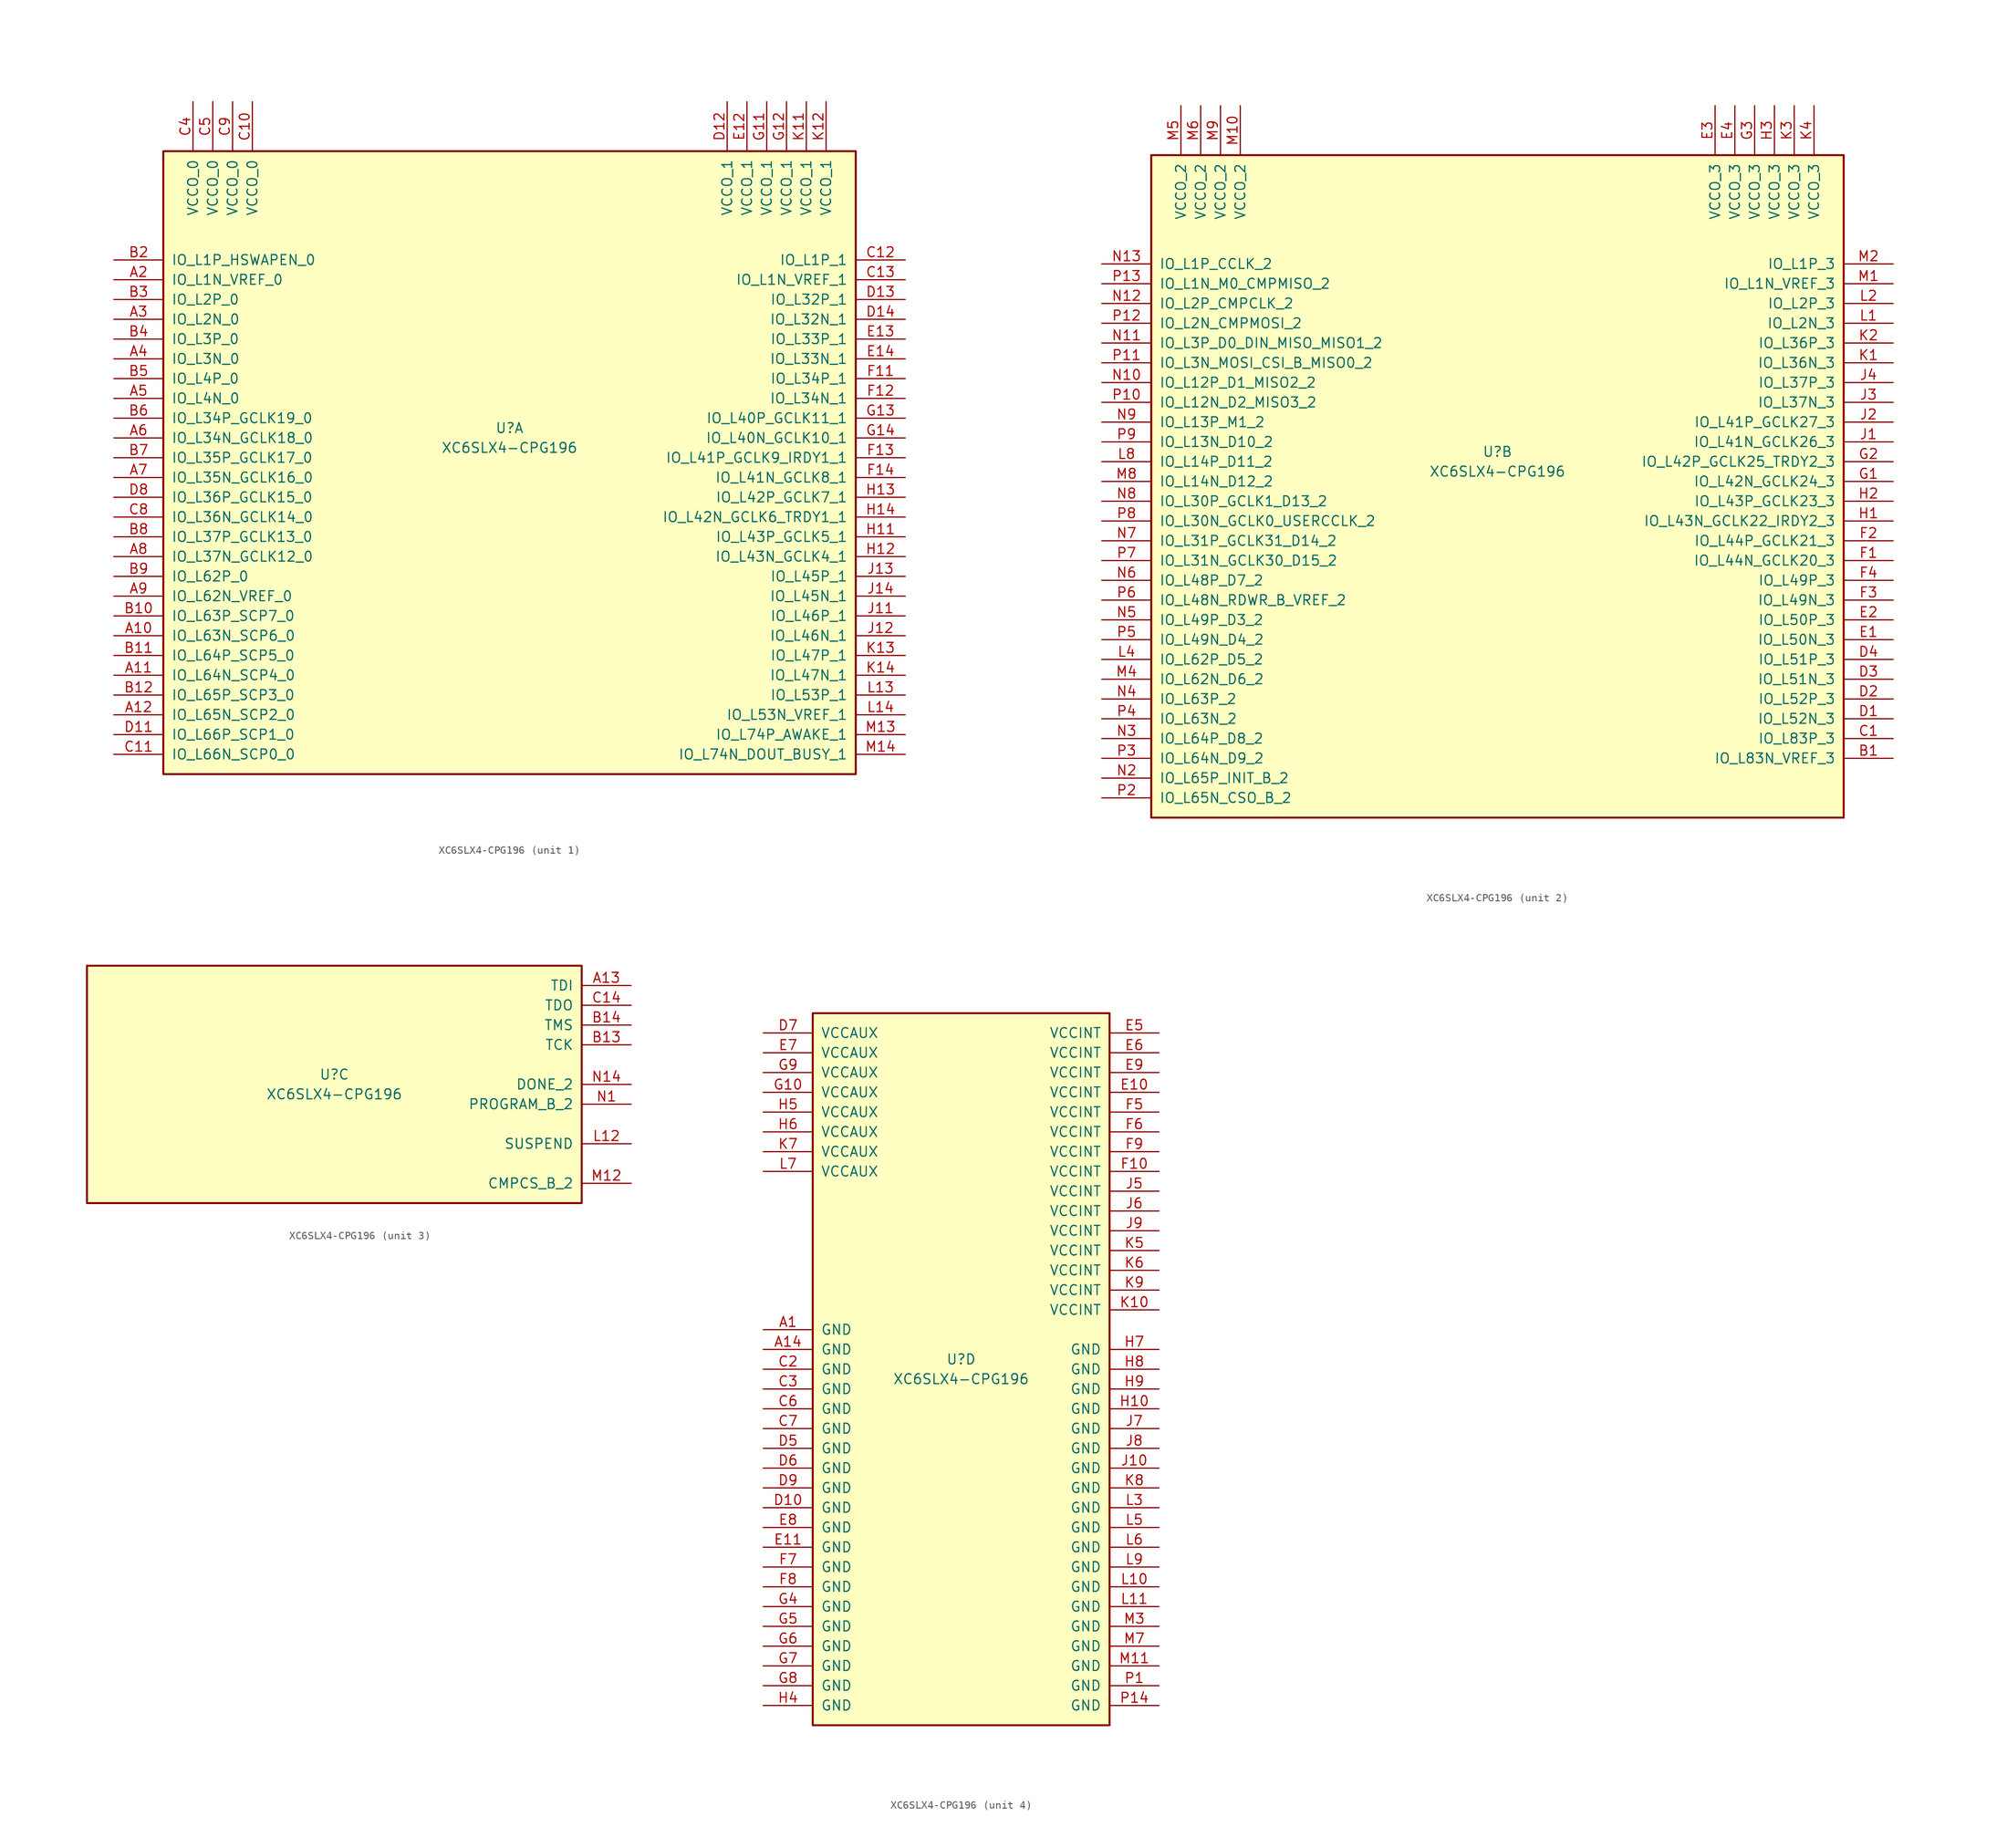
<source format=kicad_sym>
(kicad_symbol_lib
  (version 20201005)
  (generator kicad_symbol_editor)
  (symbol "FPGA_Xilinx_Spartan6:XC6SLX4-CPG196"
    (pin_names
      (offset 1.016))
    (property "Reference" "U"
      (at 0 1.27 0)
      (effects (font (size 1.27 1.27))))
    (property "Value" "XC6SLX4-CPG196"
      (at 0 -1.27 0)
      (effects (font (size 1.27 1.27))))
    (property "Datasheet" ""
      (at 0 0 0)
      (effects (font (size 1.27 1.27))))
    (property "ki_locked" ""
      (at 0 0 0)
      (effects (font (size 1.27 1.27))))
    (symbol "XC6SLX4-CPG196_1_1"
      (rectangle (start -44.45 36.83) (end 44.45 -43.18) (stroke (width 0.254)) (fill (type background)))
      (pin power_in line (at -40.64 43.18 270) (length 6.35) (name "VCCO_0" (effects (font (size 1.27 1.27)))) (number "C4" (effects (font (size 1.27 1.27)))))
      (pin power_in line (at -38.1 43.18 270) (length 6.35) (name "VCCO_0" (effects (font (size 1.27 1.27)))) (number "C5" (effects (font (size 1.27 1.27)))))
      (pin power_in line (at -35.56 43.18 270) (length 6.35) (name "VCCO_0" (effects (font (size 1.27 1.27)))) (number "C9" (effects (font (size 1.27 1.27)))))
      (pin power_in line (at -33.02 43.18 270) (length 6.35) (name "VCCO_0" (effects (font (size 1.27 1.27)))) (number "C10" (effects (font (size 1.27 1.27)))))
      (pin bidirectional line (at -50.8 22.86 0) (length 6.35) (name "IO_L1P_HSWAPEN_0" (effects (font (size 1.27 1.27)))) (number "B2" (effects (font (size 1.27 1.27)))))
      (pin bidirectional line (at -50.8 20.32 0) (length 6.35) (name "IO_L1N_VREF_0" (effects (font (size 1.27 1.27)))) (number "A2" (effects (font (size 1.27 1.27)))))
      (pin bidirectional line (at -50.8 17.78 0) (length 6.35) (name "IO_L2P_0" (effects (font (size 1.27 1.27)))) (number "B3" (effects (font (size 1.27 1.27)))))
      (pin bidirectional line (at -50.8 15.24 0) (length 6.35) (name "IO_L2N_0" (effects (font (size 1.27 1.27)))) (number "A3" (effects (font (size 1.27 1.27)))))
      (pin bidirectional line (at -50.8 12.7 0) (length 6.35) (name "IO_L3P_0" (effects (font (size 1.27 1.27)))) (number "B4" (effects (font (size 1.27 1.27)))))
      (pin bidirectional line (at -50.8 10.16 0) (length 6.35) (name "IO_L3N_0" (effects (font (size 1.27 1.27)))) (number "A4" (effects (font (size 1.27 1.27)))))
      (pin bidirectional line (at -50.8 7.62 0) (length 6.35) (name "IO_L4P_0" (effects (font (size 1.27 1.27)))) (number "B5" (effects (font (size 1.27 1.27)))))
      (pin bidirectional line (at -50.8 5.08 0) (length 6.35) (name "IO_L4N_0" (effects (font (size 1.27 1.27)))) (number "A5" (effects (font (size 1.27 1.27)))))
      (pin bidirectional line (at -50.8 2.54 0) (length 6.35) (name "IO_L34P_GCLK19_0" (effects (font (size 1.27 1.27)))) (number "B6" (effects (font (size 1.27 1.27)))))
      (pin bidirectional line (at -50.8 0 0) (length 6.35) (name "IO_L34N_GCLK18_0" (effects (font (size 1.27 1.27)))) (number "A6" (effects (font (size 1.27 1.27)))))
      (pin bidirectional line (at -50.8 -2.54 0) (length 6.35) (name "IO_L35P_GCLK17_0" (effects (font (size 1.27 1.27)))) (number "B7" (effects (font (size 1.27 1.27)))))
      (pin bidirectional line (at -50.8 -5.08 0) (length 6.35) (name "IO_L35N_GCLK16_0" (effects (font (size 1.27 1.27)))) (number "A7" (effects (font (size 1.27 1.27)))))
      (pin bidirectional line (at -50.8 -7.62 0) (length 6.35) (name "IO_L36P_GCLK15_0" (effects (font (size 1.27 1.27)))) (number "D8" (effects (font (size 1.27 1.27)))))
      (pin bidirectional line (at -50.8 -10.16 0) (length 6.35) (name "IO_L36N_GCLK14_0" (effects (font (size 1.27 1.27)))) (number "C8" (effects (font (size 1.27 1.27)))))
      (pin bidirectional line (at -50.8 -12.7 0) (length 6.35) (name "IO_L37P_GCLK13_0" (effects (font (size 1.27 1.27)))) (number "B8" (effects (font (size 1.27 1.27)))))
      (pin bidirectional line (at -50.8 -15.24 0) (length 6.35) (name "IO_L37N_GCLK12_0" (effects (font (size 1.27 1.27)))) (number "A8" (effects (font (size 1.27 1.27)))))
      (pin bidirectional line (at -50.8 -17.78 0) (length 6.35) (name "IO_L62P_0" (effects (font (size 1.27 1.27)))) (number "B9" (effects (font (size 1.27 1.27)))))
      (pin bidirectional line (at -50.8 -20.32 0) (length 6.35) (name "IO_L62N_VREF_0" (effects (font (size 1.27 1.27)))) (number "A9" (effects (font (size 1.27 1.27)))))
      (pin bidirectional line (at -50.8 -22.86 0) (length 6.35) (name "IO_L63P_SCP7_0" (effects (font (size 1.27 1.27)))) (number "B10" (effects (font (size 1.27 1.27)))))
      (pin bidirectional line (at -50.8 -25.4 0) (length 6.35) (name "IO_L63N_SCP6_0" (effects (font (size 1.27 1.27)))) (number "A10" (effects (font (size 1.27 1.27)))))
      (pin bidirectional line (at -50.8 -27.94 0) (length 6.35) (name "IO_L64P_SCP5_0" (effects (font (size 1.27 1.27)))) (number "B11" (effects (font (size 1.27 1.27)))))
      (pin bidirectional line (at -50.8 -30.48 0) (length 6.35) (name "IO_L64N_SCP4_0" (effects (font (size 1.27 1.27)))) (number "A11" (effects (font (size 1.27 1.27)))))
      (pin bidirectional line (at -50.8 -33.02 0) (length 6.35) (name "IO_L65P_SCP3_0" (effects (font (size 1.27 1.27)))) (number "B12" (effects (font (size 1.27 1.27)))))
      (pin bidirectional line (at -50.8 -35.56 0) (length 6.35) (name "IO_L65N_SCP2_0" (effects (font (size 1.27 1.27)))) (number "A12" (effects (font (size 1.27 1.27)))))
      (pin bidirectional line (at -50.8 -38.1 0) (length 6.35) (name "IO_L66P_SCP1_0" (effects (font (size 1.27 1.27)))) (number "D11" (effects (font (size 1.27 1.27)))))
      (pin bidirectional line (at -50.8 -40.64 0) (length 6.35) (name "IO_L66N_SCP0_0" (effects (font (size 1.27 1.27)))) (number "C11" (effects (font (size 1.27 1.27)))))
      (pin power_in line (at 27.94 43.18 270) (length 6.35) (name "VCCO_1" (effects (font (size 1.27 1.27)))) (number "D12" (effects (font (size 1.27 1.27)))))
      (pin power_in line (at 30.48 43.18 270) (length 6.35) (name "VCCO_1" (effects (font (size 1.27 1.27)))) (number "E12" (effects (font (size 1.27 1.27)))))
      (pin power_in line (at 33.02 43.18 270) (length 6.35) (name "VCCO_1" (effects (font (size 1.27 1.27)))) (number "G11" (effects (font (size 1.27 1.27)))))
      (pin power_in line (at 35.56 43.18 270) (length 6.35) (name "VCCO_1" (effects (font (size 1.27 1.27)))) (number "G12" (effects (font (size 1.27 1.27)))))
      (pin power_in line (at 38.1 43.18 270) (length 6.35) (name "VCCO_1" (effects (font (size 1.27 1.27)))) (number "K11" (effects (font (size 1.27 1.27)))))
      (pin power_in line (at 40.64 43.18 270) (length 6.35) (name "VCCO_1" (effects (font (size 1.27 1.27)))) (number "K12" (effects (font (size 1.27 1.27)))))
      (pin bidirectional line (at 50.8 22.86 180) (length 6.35) (name "IO_L1P_1" (effects (font (size 1.27 1.27)))) (number "C12" (effects (font (size 1.27 1.27)))))
      (pin bidirectional line (at 50.8 20.32 180) (length 6.35) (name "IO_L1N_VREF_1" (effects (font (size 1.27 1.27)))) (number "C13" (effects (font (size 1.27 1.27)))))
      (pin bidirectional line (at 50.8 17.78 180) (length 6.35) (name "IO_L32P_1" (effects (font (size 1.27 1.27)))) (number "D13" (effects (font (size 1.27 1.27)))))
      (pin bidirectional line (at 50.8 15.24 180) (length 6.35) (name "IO_L32N_1" (effects (font (size 1.27 1.27)))) (number "D14" (effects (font (size 1.27 1.27)))))
      (pin bidirectional line (at 50.8 12.7 180) (length 6.35) (name "IO_L33P_1" (effects (font (size 1.27 1.27)))) (number "E13" (effects (font (size 1.27 1.27)))))
      (pin bidirectional line (at 50.8 10.16 180) (length 6.35) (name "IO_L33N_1" (effects (font (size 1.27 1.27)))) (number "E14" (effects (font (size 1.27 1.27)))))
      (pin bidirectional line (at 50.8 7.62 180) (length 6.35) (name "IO_L34P_1" (effects (font (size 1.27 1.27)))) (number "F11" (effects (font (size 1.27 1.27)))))
      (pin bidirectional line (at 50.8 5.08 180) (length 6.35) (name "IO_L34N_1" (effects (font (size 1.27 1.27)))) (number "F12" (effects (font (size 1.27 1.27)))))
      (pin bidirectional line (at 50.8 2.54 180) (length 6.35) (name "IO_L40P_GCLK11_1" (effects (font (size 1.27 1.27)))) (number "G13" (effects (font (size 1.27 1.27)))))
      (pin bidirectional line (at 50.8 0 180) (length 6.35) (name "IO_L40N_GCLK10_1" (effects (font (size 1.27 1.27)))) (number "G14" (effects (font (size 1.27 1.27)))))
      (pin bidirectional line (at 50.8 -2.54 180) (length 6.35) (name "IO_L41P_GCLK9_IRDY1_1" (effects (font (size 1.27 1.27)))) (number "F13" (effects (font (size 1.27 1.27)))))
      (pin bidirectional line (at 50.8 -5.08 180) (length 6.35) (name "IO_L41N_GCLK8_1" (effects (font (size 1.27 1.27)))) (number "F14" (effects (font (size 1.27 1.27)))))
      (pin bidirectional line (at 50.8 -7.62 180) (length 6.35) (name "IO_L42P_GCLK7_1" (effects (font (size 1.27 1.27)))) (number "H13" (effects (font (size 1.27 1.27)))))
      (pin bidirectional line (at 50.8 -10.16 180) (length 6.35) (name "IO_L42N_GCLK6_TRDY1_1" (effects (font (size 1.27 1.27)))) (number "H14" (effects (font (size 1.27 1.27)))))
      (pin bidirectional line (at 50.8 -12.7 180) (length 6.35) (name "IO_L43P_GCLK5_1" (effects (font (size 1.27 1.27)))) (number "H11" (effects (font (size 1.27 1.27)))))
      (pin bidirectional line (at 50.8 -15.24 180) (length 6.35) (name "IO_L43N_GCLK4_1" (effects (font (size 1.27 1.27)))) (number "H12" (effects (font (size 1.27 1.27)))))
      (pin bidirectional line (at 50.8 -17.78 180) (length 6.35) (name "IO_L45P_1" (effects (font (size 1.27 1.27)))) (number "J13" (effects (font (size 1.27 1.27)))))
      (pin bidirectional line (at 50.8 -20.32 180) (length 6.35) (name "IO_L45N_1" (effects (font (size 1.27 1.27)))) (number "J14" (effects (font (size 1.27 1.27)))))
      (pin bidirectional line (at 50.8 -22.86 180) (length 6.35) (name "IO_L46P_1" (effects (font (size 1.27 1.27)))) (number "J11" (effects (font (size 1.27 1.27)))))
      (pin bidirectional line (at 50.8 -25.4 180) (length 6.35) (name "IO_L46N_1" (effects (font (size 1.27 1.27)))) (number "J12" (effects (font (size 1.27 1.27)))))
      (pin bidirectional line (at 50.8 -27.94 180) (length 6.35) (name "IO_L47P_1" (effects (font (size 1.27 1.27)))) (number "K13" (effects (font (size 1.27 1.27)))))
      (pin bidirectional line (at 50.8 -30.48 180) (length 6.35) (name "IO_L47N_1" (effects (font (size 1.27 1.27)))) (number "K14" (effects (font (size 1.27 1.27)))))
      (pin bidirectional line (at 50.8 -33.02 180) (length 6.35) (name "IO_L53P_1" (effects (font (size 1.27 1.27)))) (number "L13" (effects (font (size 1.27 1.27)))))
      (pin bidirectional line (at 50.8 -35.56 180) (length 6.35) (name "IO_L53N_VREF_1" (effects (font (size 1.27 1.27)))) (number "L14" (effects (font (size 1.27 1.27)))))
      (pin bidirectional line (at 50.8 -38.1 180) (length 6.35) (name "IO_L74P_AWAKE_1" (effects (font (size 1.27 1.27)))) (number "M13" (effects (font (size 1.27 1.27)))))
      (pin bidirectional line (at 50.8 -40.64 180) (length 6.35) (name "IO_L74N_DOUT_BUSY_1" (effects (font (size 1.27 1.27)))) (number "M14" (effects (font (size 1.27 1.27))))))
    (symbol "XC6SLX4-CPG196_2_1"
      (rectangle (start -44.45 39.37) (end 44.45 -45.72) (stroke (width 0.254)) (fill (type background)))
      (pin power_in line (at -40.64 45.72 270) (length 6.35) (name "VCCO_2" (effects (font (size 1.27 1.27)))) (number "M5" (effects (font (size 1.27 1.27)))))
      (pin power_in line (at -38.1 45.72 270) (length 6.35) (name "VCCO_2" (effects (font (size 1.27 1.27)))) (number "M6" (effects (font (size 1.27 1.27)))))
      (pin power_in line (at -35.56 45.72 270) (length 6.35) (name "VCCO_2" (effects (font (size 1.27 1.27)))) (number "M9" (effects (font (size 1.27 1.27)))))
      (pin power_in line (at -33.02 45.72 270) (length 6.35) (name "VCCO_2" (effects (font (size 1.27 1.27)))) (number "M10" (effects (font (size 1.27 1.27)))))
      (pin bidirectional line (at -50.8 25.4 0) (length 6.35) (name "IO_L1P_CCLK_2" (effects (font (size 1.27 1.27)))) (number "N13" (effects (font (size 1.27 1.27)))))
      (pin bidirectional line (at -50.8 22.86 0) (length 6.35) (name "IO_L1N_M0_CMPMISO_2" (effects (font (size 1.27 1.27)))) (number "P13" (effects (font (size 1.27 1.27)))))
      (pin bidirectional line (at -50.8 20.32 0) (length 6.35) (name "IO_L2P_CMPCLK_2" (effects (font (size 1.27 1.27)))) (number "N12" (effects (font (size 1.27 1.27)))))
      (pin bidirectional line (at -50.8 17.78 0) (length 6.35) (name "IO_L2N_CMPMOSI_2" (effects (font (size 1.27 1.27)))) (number "P12" (effects (font (size 1.27 1.27)))))
      (pin bidirectional line (at -50.8 15.24 0) (length 6.35) (name "IO_L3P_D0_DIN_MISO_MISO1_2" (effects (font (size 1.27 1.27)))) (number "N11" (effects (font (size 1.27 1.27)))))
      (pin bidirectional line (at -50.8 12.7 0) (length 6.35) (name "IO_L3N_MOSI_CSI_B_MISO0_2" (effects (font (size 1.27 1.27)))) (number "P11" (effects (font (size 1.27 1.27)))))
      (pin bidirectional line (at -50.8 10.16 0) (length 6.35) (name "IO_L12P_D1_MISO2_2" (effects (font (size 1.27 1.27)))) (number "N10" (effects (font (size 1.27 1.27)))))
      (pin bidirectional line (at -50.8 7.62 0) (length 6.35) (name "IO_L12N_D2_MISO3_2" (effects (font (size 1.27 1.27)))) (number "P10" (effects (font (size 1.27 1.27)))))
      (pin bidirectional line (at -50.8 5.08 0) (length 6.35) (name "IO_L13P_M1_2" (effects (font (size 1.27 1.27)))) (number "N9" (effects (font (size 1.27 1.27)))))
      (pin bidirectional line (at -50.8 2.54 0) (length 6.35) (name "IO_L13N_D10_2" (effects (font (size 1.27 1.27)))) (number "P9" (effects (font (size 1.27 1.27)))))
      (pin bidirectional line (at -50.8 0 0) (length 6.35) (name "IO_L14P_D11_2" (effects (font (size 1.27 1.27)))) (number "L8" (effects (font (size 1.27 1.27)))))
      (pin bidirectional line (at -50.8 -2.54 0) (length 6.35) (name "IO_L14N_D12_2" (effects (font (size 1.27 1.27)))) (number "M8" (effects (font (size 1.27 1.27)))))
      (pin bidirectional line (at -50.8 -5.08 0) (length 6.35) (name "IO_L30P_GCLK1_D13_2" (effects (font (size 1.27 1.27)))) (number "N8" (effects (font (size 1.27 1.27)))))
      (pin bidirectional line (at -50.8 -7.62 0) (length 6.35) (name "IO_L30N_GCLK0_USERCCLK_2" (effects (font (size 1.27 1.27)))) (number "P8" (effects (font (size 1.27 1.27)))))
      (pin bidirectional line (at -50.8 -10.16 0) (length 6.35) (name "IO_L31P_GCLK31_D14_2" (effects (font (size 1.27 1.27)))) (number "N7" (effects (font (size 1.27 1.27)))))
      (pin bidirectional line (at -50.8 -12.7 0) (length 6.35) (name "IO_L31N_GCLK30_D15_2" (effects (font (size 1.27 1.27)))) (number "P7" (effects (font (size 1.27 1.27)))))
      (pin bidirectional line (at -50.8 -15.24 0) (length 6.35) (name "IO_L48P_D7_2" (effects (font (size 1.27 1.27)))) (number "N6" (effects (font (size 1.27 1.27)))))
      (pin bidirectional line (at -50.8 -17.78 0) (length 6.35) (name "IO_L48N_RDWR_B_VREF_2" (effects (font (size 1.27 1.27)))) (number "P6" (effects (font (size 1.27 1.27)))))
      (pin bidirectional line (at -50.8 -20.32 0) (length 6.35) (name "IO_L49P_D3_2" (effects (font (size 1.27 1.27)))) (number "N5" (effects (font (size 1.27 1.27)))))
      (pin bidirectional line (at -50.8 -22.86 0) (length 6.35) (name "IO_L49N_D4_2" (effects (font (size 1.27 1.27)))) (number "P5" (effects (font (size 1.27 1.27)))))
      (pin bidirectional line (at -50.8 -25.4 0) (length 6.35) (name "IO_L62P_D5_2" (effects (font (size 1.27 1.27)))) (number "L4" (effects (font (size 1.27 1.27)))))
      (pin bidirectional line (at -50.8 -27.94 0) (length 6.35) (name "IO_L62N_D6_2" (effects (font (size 1.27 1.27)))) (number "M4" (effects (font (size 1.27 1.27)))))
      (pin bidirectional line (at -50.8 -30.48 0) (length 6.35) (name "IO_L63P_2" (effects (font (size 1.27 1.27)))) (number "N4" (effects (font (size 1.27 1.27)))))
      (pin bidirectional line (at -50.8 -33.02 0) (length 6.35) (name "IO_L63N_2" (effects (font (size 1.27 1.27)))) (number "P4" (effects (font (size 1.27 1.27)))))
      (pin bidirectional line (at -50.8 -35.56 0) (length 6.35) (name "IO_L64P_D8_2" (effects (font (size 1.27 1.27)))) (number "N3" (effects (font (size 1.27 1.27)))))
      (pin bidirectional line (at -50.8 -38.1 0) (length 6.35) (name "IO_L64N_D9_2" (effects (font (size 1.27 1.27)))) (number "P3" (effects (font (size 1.27 1.27)))))
      (pin bidirectional line (at -50.8 -40.64 0) (length 6.35) (name "IO_L65P_INIT_B_2" (effects (font (size 1.27 1.27)))) (number "N2" (effects (font (size 1.27 1.27)))))
      (pin bidirectional line (at -50.8 -43.18 0) (length 6.35) (name "IO_L65N_CSO_B_2" (effects (font (size 1.27 1.27)))) (number "P2" (effects (font (size 1.27 1.27)))))
      (pin power_in line (at 27.94 45.72 270) (length 6.35) (name "VCCO_3" (effects (font (size 1.27 1.27)))) (number "E3" (effects (font (size 1.27 1.27)))))
      (pin power_in line (at 30.48 45.72 270) (length 6.35) (name "VCCO_3" (effects (font (size 1.27 1.27)))) (number "E4" (effects (font (size 1.27 1.27)))))
      (pin power_in line (at 33.02 45.72 270) (length 6.35) (name "VCCO_3" (effects (font (size 1.27 1.27)))) (number "G3" (effects (font (size 1.27 1.27)))))
      (pin power_in line (at 35.56 45.72 270) (length 6.35) (name "VCCO_3" (effects (font (size 1.27 1.27)))) (number "H3" (effects (font (size 1.27 1.27)))))
      (pin power_in line (at 38.1 45.72 270) (length 6.35) (name "VCCO_3" (effects (font (size 1.27 1.27)))) (number "K3" (effects (font (size 1.27 1.27)))))
      (pin power_in line (at 40.64 45.72 270) (length 6.35) (name "VCCO_3" (effects (font (size 1.27 1.27)))) (number "K4" (effects (font (size 1.27 1.27)))))
      (pin bidirectional line (at 50.8 25.4 180) (length 6.35) (name "IO_L1P_3" (effects (font (size 1.27 1.27)))) (number "M2" (effects (font (size 1.27 1.27)))))
      (pin bidirectional line (at 50.8 22.86 180) (length 6.35) (name "IO_L1N_VREF_3" (effects (font (size 1.27 1.27)))) (number "M1" (effects (font (size 1.27 1.27)))))
      (pin bidirectional line (at 50.8 20.32 180) (length 6.35) (name "IO_L2P_3" (effects (font (size 1.27 1.27)))) (number "L2" (effects (font (size 1.27 1.27)))))
      (pin bidirectional line (at 50.8 17.78 180) (length 6.35) (name "IO_L2N_3" (effects (font (size 1.27 1.27)))) (number "L1" (effects (font (size 1.27 1.27)))))
      (pin bidirectional line (at 50.8 15.24 180) (length 6.35) (name "IO_L36P_3" (effects (font (size 1.27 1.27)))) (number "K2" (effects (font (size 1.27 1.27)))))
      (pin bidirectional line (at 50.8 12.7 180) (length 6.35) (name "IO_L36N_3" (effects (font (size 1.27 1.27)))) (number "K1" (effects (font (size 1.27 1.27)))))
      (pin bidirectional line (at 50.8 10.16 180) (length 6.35) (name "IO_L37P_3" (effects (font (size 1.27 1.27)))) (number "J4" (effects (font (size 1.27 1.27)))))
      (pin bidirectional line (at 50.8 7.62 180) (length 6.35) (name "IO_L37N_3" (effects (font (size 1.27 1.27)))) (number "J3" (effects (font (size 1.27 1.27)))))
      (pin bidirectional line (at 50.8 5.08 180) (length 6.35) (name "IO_L41P_GCLK27_3" (effects (font (size 1.27 1.27)))) (number "J2" (effects (font (size 1.27 1.27)))))
      (pin bidirectional line (at 50.8 2.54 180) (length 6.35) (name "IO_L41N_GCLK26_3" (effects (font (size 1.27 1.27)))) (number "J1" (effects (font (size 1.27 1.27)))))
      (pin bidirectional line (at 50.8 0 180) (length 6.35) (name "IO_L42P_GCLK25_TRDY2_3" (effects (font (size 1.27 1.27)))) (number "G2" (effects (font (size 1.27 1.27)))))
      (pin bidirectional line (at 50.8 -2.54 180) (length 6.35) (name "IO_L42N_GCLK24_3" (effects (font (size 1.27 1.27)))) (number "G1" (effects (font (size 1.27 1.27)))))
      (pin bidirectional line (at 50.8 -5.08 180) (length 6.35) (name "IO_L43P_GCLK23_3" (effects (font (size 1.27 1.27)))) (number "H2" (effects (font (size 1.27 1.27)))))
      (pin bidirectional line (at 50.8 -7.62 180) (length 6.35) (name "IO_L43N_GCLK22_IRDY2_3" (effects (font (size 1.27 1.27)))) (number "H1" (effects (font (size 1.27 1.27)))))
      (pin bidirectional line (at 50.8 -10.16 180) (length 6.35) (name "IO_L44P_GCLK21_3" (effects (font (size 1.27 1.27)))) (number "F2" (effects (font (size 1.27 1.27)))))
      (pin bidirectional line (at 50.8 -12.7 180) (length 6.35) (name "IO_L44N_GCLK20_3" (effects (font (size 1.27 1.27)))) (number "F1" (effects (font (size 1.27 1.27)))))
      (pin bidirectional line (at 50.8 -15.24 180) (length 6.35) (name "IO_L49P_3" (effects (font (size 1.27 1.27)))) (number "F4" (effects (font (size 1.27 1.27)))))
      (pin bidirectional line (at 50.8 -17.78 180) (length 6.35) (name "IO_L49N_3" (effects (font (size 1.27 1.27)))) (number "F3" (effects (font (size 1.27 1.27)))))
      (pin bidirectional line (at 50.8 -20.32 180) (length 6.35) (name "IO_L50P_3" (effects (font (size 1.27 1.27)))) (number "E2" (effects (font (size 1.27 1.27)))))
      (pin bidirectional line (at 50.8 -22.86 180) (length 6.35) (name "IO_L50N_3" (effects (font (size 1.27 1.27)))) (number "E1" (effects (font (size 1.27 1.27)))))
      (pin bidirectional line (at 50.8 -25.4 180) (length 6.35) (name "IO_L51P_3" (effects (font (size 1.27 1.27)))) (number "D4" (effects (font (size 1.27 1.27)))))
      (pin bidirectional line (at 50.8 -27.94 180) (length 6.35) (name "IO_L51N_3" (effects (font (size 1.27 1.27)))) (number "D3" (effects (font (size 1.27 1.27)))))
      (pin bidirectional line (at 50.8 -30.48 180) (length 6.35) (name "IO_L52P_3" (effects (font (size 1.27 1.27)))) (number "D2" (effects (font (size 1.27 1.27)))))
      (pin bidirectional line (at 50.8 -33.02 180) (length 6.35) (name "IO_L52N_3" (effects (font (size 1.27 1.27)))) (number "D1" (effects (font (size 1.27 1.27)))))
      (pin bidirectional line (at 50.8 -35.56 180) (length 6.35) (name "IO_L83P_3" (effects (font (size 1.27 1.27)))) (number "C1" (effects (font (size 1.27 1.27)))))
      (pin bidirectional line (at 50.8 -38.1 180) (length 6.35) (name "IO_L83N_VREF_3" (effects (font (size 1.27 1.27)))) (number "B1" (effects (font (size 1.27 1.27))))))
    (symbol "XC6SLX4-CPG196_3_1"
      (rectangle (start -31.75 15.24) (end 31.75 -15.24) (stroke (width 0.254)) (fill (type background)))
      (pin bidirectional line (at 38.1 12.7 180) (length 6.35) (name "TDI" (effects (font (size 1.27 1.27)))) (number "A13" (effects (font (size 1.27 1.27)))))
      (pin bidirectional line (at 38.1 10.16 180) (length 6.35) (name "TDO" (effects (font (size 1.27 1.27)))) (number "C14" (effects (font (size 1.27 1.27)))))
      (pin bidirectional line (at 38.1 7.62 180) (length 6.35) (name "TMS" (effects (font (size 1.27 1.27)))) (number "B14" (effects (font (size 1.27 1.27)))))
      (pin bidirectional line (at 38.1 5.08 180) (length 6.35) (name "TCK" (effects (font (size 1.27 1.27)))) (number "B13" (effects (font (size 1.27 1.27)))))
      (pin bidirectional line (at 38.1 0 180) (length 6.35) (name "DONE_2" (effects (font (size 1.27 1.27)))) (number "N14" (effects (font (size 1.27 1.27)))))
      (pin bidirectional line (at 38.1 -2.54 180) (length 6.35) (name "PROGRAM_B_2" (effects (font (size 1.27 1.27)))) (number "N1" (effects (font (size 1.27 1.27)))))
      (pin bidirectional line (at 38.1 -7.62 180) (length 6.35) (name "SUSPEND" (effects (font (size 1.27 1.27)))) (number "L12" (effects (font (size 1.27 1.27)))))
      (pin bidirectional line (at 38.1 -12.7 180) (length 6.35) (name "CMPCS_B_2" (effects (font (size 1.27 1.27)))) (number "M12" (effects (font (size 1.27 1.27))))))
    (symbol "XC6SLX4-CPG196_4_1"
      (rectangle (start -19.05 45.72) (end 19.05 -45.72) (stroke (width 0.254)) (fill (type background)))
      (pin power_in line (at -25.4 43.18 0) (length 6.35) (name "VCCAUX" (effects (font (size 1.27 1.27)))) (number "D7" (effects (font (size 1.27 1.27)))))
      (pin power_in line (at -25.4 40.64 0) (length 6.35) (name "VCCAUX" (effects (font (size 1.27 1.27)))) (number "E7" (effects (font (size 1.27 1.27)))))
      (pin power_in line (at -25.4 38.1 0) (length 6.35) (name "VCCAUX" (effects (font (size 1.27 1.27)))) (number "G9" (effects (font (size 1.27 1.27)))))
      (pin power_in line (at -25.4 35.56 0) (length 6.35) (name "VCCAUX" (effects (font (size 1.27 1.27)))) (number "G10" (effects (font (size 1.27 1.27)))))
      (pin power_in line (at -25.4 33.02 0) (length 6.35) (name "VCCAUX" (effects (font (size 1.27 1.27)))) (number "H5" (effects (font (size 1.27 1.27)))))
      (pin power_in line (at -25.4 30.48 0) (length 6.35) (name "VCCAUX" (effects (font (size 1.27 1.27)))) (number "H6" (effects (font (size 1.27 1.27)))))
      (pin power_in line (at -25.4 27.94 0) (length 6.35) (name "VCCAUX" (effects (font (size 1.27 1.27)))) (number "K7" (effects (font (size 1.27 1.27)))))
      (pin power_in line (at -25.4 25.4 0) (length 6.35) (name "VCCAUX" (effects (font (size 1.27 1.27)))) (number "L7" (effects (font (size 1.27 1.27)))))
      (pin power_in line (at -25.4 5.08 0) (length 6.35) (name "GND" (effects (font (size 1.27 1.27)))) (number "A1" (effects (font (size 1.27 1.27)))))
      (pin power_in line (at -25.4 2.54 0) (length 6.35) (name "GND" (effects (font (size 1.27 1.27)))) (number "A14" (effects (font (size 1.27 1.27)))))
      (pin power_in line (at -25.4 0 0) (length 6.35) (name "GND" (effects (font (size 1.27 1.27)))) (number "C2" (effects (font (size 1.27 1.27)))))
      (pin power_in line (at -25.4 -2.54 0) (length 6.35) (name "GND" (effects (font (size 1.27 1.27)))) (number "C3" (effects (font (size 1.27 1.27)))))
      (pin power_in line (at -25.4 -5.08 0) (length 6.35) (name "GND" (effects (font (size 1.27 1.27)))) (number "C6" (effects (font (size 1.27 1.27)))))
      (pin power_in line (at -25.4 -7.62 0) (length 6.35) (name "GND" (effects (font (size 1.27 1.27)))) (number "C7" (effects (font (size 1.27 1.27)))))
      (pin power_in line (at -25.4 -10.16 0) (length 6.35) (name "GND" (effects (font (size 1.27 1.27)))) (number "D5" (effects (font (size 1.27 1.27)))))
      (pin power_in line (at -25.4 -12.7 0) (length 6.35) (name "GND" (effects (font (size 1.27 1.27)))) (number "D6" (effects (font (size 1.27 1.27)))))
      (pin power_in line (at -25.4 -15.24 0) (length 6.35) (name "GND" (effects (font (size 1.27 1.27)))) (number "D9" (effects (font (size 1.27 1.27)))))
      (pin power_in line (at -25.4 -17.78 0) (length 6.35) (name "GND" (effects (font (size 1.27 1.27)))) (number "D10" (effects (font (size 1.27 1.27)))))
      (pin power_in line (at -25.4 -20.32 0) (length 6.35) (name "GND" (effects (font (size 1.27 1.27)))) (number "E8" (effects (font (size 1.27 1.27)))))
      (pin power_in line (at -25.4 -22.86 0) (length 6.35) (name "GND" (effects (font (size 1.27 1.27)))) (number "E11" (effects (font (size 1.27 1.27)))))
      (pin power_in line (at -25.4 -25.4 0) (length 6.35) (name "GND" (effects (font (size 1.27 1.27)))) (number "F7" (effects (font (size 1.27 1.27)))))
      (pin power_in line (at -25.4 -27.94 0) (length 6.35) (name "GND" (effects (font (size 1.27 1.27)))) (number "F8" (effects (font (size 1.27 1.27)))))
      (pin power_in line (at -25.4 -30.48 0) (length 6.35) (name "GND" (effects (font (size 1.27 1.27)))) (number "G4" (effects (font (size 1.27 1.27)))))
      (pin power_in line (at -25.4 -33.02 0) (length 6.35) (name "GND" (effects (font (size 1.27 1.27)))) (number "G5" (effects (font (size 1.27 1.27)))))
      (pin power_in line (at -25.4 -35.56 0) (length 6.35) (name "GND" (effects (font (size 1.27 1.27)))) (number "G6" (effects (font (size 1.27 1.27)))))
      (pin power_in line (at -25.4 -38.1 0) (length 6.35) (name "GND" (effects (font (size 1.27 1.27)))) (number "G7" (effects (font (size 1.27 1.27)))))
      (pin power_in line (at -25.4 -40.64 0) (length 6.35) (name "GND" (effects (font (size 1.27 1.27)))) (number "G8" (effects (font (size 1.27 1.27)))))
      (pin power_in line (at -25.4 -43.18 0) (length 6.35) (name "GND" (effects (font (size 1.27 1.27)))) (number "H4" (effects (font (size 1.27 1.27)))))
      (pin power_in line (at 25.4 43.18 180) (length 6.35) (name "VCCINT" (effects (font (size 1.27 1.27)))) (number "E5" (effects (font (size 1.27 1.27)))))
      (pin power_in line (at 25.4 40.64 180) (length 6.35) (name "VCCINT" (effects (font (size 1.27 1.27)))) (number "E6" (effects (font (size 1.27 1.27)))))
      (pin power_in line (at 25.4 38.1 180) (length 6.35) (name "VCCINT" (effects (font (size 1.27 1.27)))) (number "E9" (effects (font (size 1.27 1.27)))))
      (pin power_in line (at 25.4 35.56 180) (length 6.35) (name "VCCINT" (effects (font (size 1.27 1.27)))) (number "E10" (effects (font (size 1.27 1.27)))))
      (pin power_in line (at 25.4 33.02 180) (length 6.35) (name "VCCINT" (effects (font (size 1.27 1.27)))) (number "F5" (effects (font (size 1.27 1.27)))))
      (pin power_in line (at 25.4 30.48 180) (length 6.35) (name "VCCINT" (effects (font (size 1.27 1.27)))) (number "F6" (effects (font (size 1.27 1.27)))))
      (pin power_in line (at 25.4 27.94 180) (length 6.35) (name "VCCINT" (effects (font (size 1.27 1.27)))) (number "F9" (effects (font (size 1.27 1.27)))))
      (pin power_in line (at 25.4 25.4 180) (length 6.35) (name "VCCINT" (effects (font (size 1.27 1.27)))) (number "F10" (effects (font (size 1.27 1.27)))))
      (pin power_in line (at 25.4 22.86 180) (length 6.35) (name "VCCINT" (effects (font (size 1.27 1.27)))) (number "J5" (effects (font (size 1.27 1.27)))))
      (pin power_in line (at 25.4 20.32 180) (length 6.35) (name "VCCINT" (effects (font (size 1.27 1.27)))) (number "J6" (effects (font (size 1.27 1.27)))))
      (pin power_in line (at 25.4 17.78 180) (length 6.35) (name "VCCINT" (effects (font (size 1.27 1.27)))) (number "J9" (effects (font (size 1.27 1.27)))))
      (pin power_in line (at 25.4 15.24 180) (length 6.35) (name "VCCINT" (effects (font (size 1.27 1.27)))) (number "K5" (effects (font (size 1.27 1.27)))))
      (pin power_in line (at 25.4 12.7 180) (length 6.35) (name "VCCINT" (effects (font (size 1.27 1.27)))) (number "K6" (effects (font (size 1.27 1.27)))))
      (pin power_in line (at 25.4 10.16 180) (length 6.35) (name "VCCINT" (effects (font (size 1.27 1.27)))) (number "K9" (effects (font (size 1.27 1.27)))))
      (pin power_in line (at 25.4 7.62 180) (length 6.35) (name "VCCINT" (effects (font (size 1.27 1.27)))) (number "K10" (effects (font (size 1.27 1.27)))))
      (pin power_in line (at 25.4 2.54 180) (length 6.35) (name "GND" (effects (font (size 1.27 1.27)))) (number "H7" (effects (font (size 1.27 1.27)))))
      (pin power_in line (at 25.4 0 180) (length 6.35) (name "GND" (effects (font (size 1.27 1.27)))) (number "H8" (effects (font (size 1.27 1.27)))))
      (pin power_in line (at 25.4 -2.54 180) (length 6.35) (name "GND" (effects (font (size 1.27 1.27)))) (number "H9" (effects (font (size 1.27 1.27)))))
      (pin power_in line (at 25.4 -5.08 180) (length 6.35) (name "GND" (effects (font (size 1.27 1.27)))) (number "H10" (effects (font (size 1.27 1.27)))))
      (pin power_in line (at 25.4 -7.62 180) (length 6.35) (name "GND" (effects (font (size 1.27 1.27)))) (number "J7" (effects (font (size 1.27 1.27)))))
      (pin power_in line (at 25.4 -10.16 180) (length 6.35) (name "GND" (effects (font (size 1.27 1.27)))) (number "J8" (effects (font (size 1.27 1.27)))))
      (pin power_in line (at 25.4 -12.7 180) (length 6.35) (name "GND" (effects (font (size 1.27 1.27)))) (number "J10" (effects (font (size 1.27 1.27)))))
      (pin power_in line (at 25.4 -15.24 180) (length 6.35) (name "GND" (effects (font (size 1.27 1.27)))) (number "K8" (effects (font (size 1.27 1.27)))))
      (pin power_in line (at 25.4 -17.78 180) (length 6.35) (name "GND" (effects (font (size 1.27 1.27)))) (number "L3" (effects (font (size 1.27 1.27)))))
      (pin power_in line (at 25.4 -20.32 180) (length 6.35) (name "GND" (effects (font (size 1.27 1.27)))) (number "L5" (effects (font (size 1.27 1.27)))))
      (pin power_in line (at 25.4 -22.86 180) (length 6.35) (name "GND" (effects (font (size 1.27 1.27)))) (number "L6" (effects (font (size 1.27 1.27)))))
      (pin power_in line (at 25.4 -25.4 180) (length 6.35) (name "GND" (effects (font (size 1.27 1.27)))) (number "L9" (effects (font (size 1.27 1.27)))))
      (pin power_in line (at 25.4 -27.94 180) (length 6.35) (name "GND" (effects (font (size 1.27 1.27)))) (number "L10" (effects (font (size 1.27 1.27)))))
      (pin power_in line (at 25.4 -30.48 180) (length 6.35) (name "GND" (effects (font (size 1.27 1.27)))) (number "L11" (effects (font (size 1.27 1.27)))))
      (pin power_in line (at 25.4 -33.02 180) (length 6.35) (name "GND" (effects (font (size 1.27 1.27)))) (number "M3" (effects (font (size 1.27 1.27)))))
      (pin power_in line (at 25.4 -35.56 180) (length 6.35) (name "GND" (effects (font (size 1.27 1.27)))) (number "M7" (effects (font (size 1.27 1.27)))))
      (pin power_in line (at 25.4 -38.1 180) (length 6.35) (name "GND" (effects (font (size 1.27 1.27)))) (number "M11" (effects (font (size 1.27 1.27)))))
      (pin power_in line (at 25.4 -40.64 180) (length 6.35) (name "GND" (effects (font (size 1.27 1.27)))) (number "P1" (effects (font (size 1.27 1.27)))))
      (pin power_in line (at 25.4 -43.18 180) (length 6.35) (name "GND" (effects (font (size 1.27 1.27)))) (number "P14" (effects (font (size 1.27 1.27))))))))
</source>
